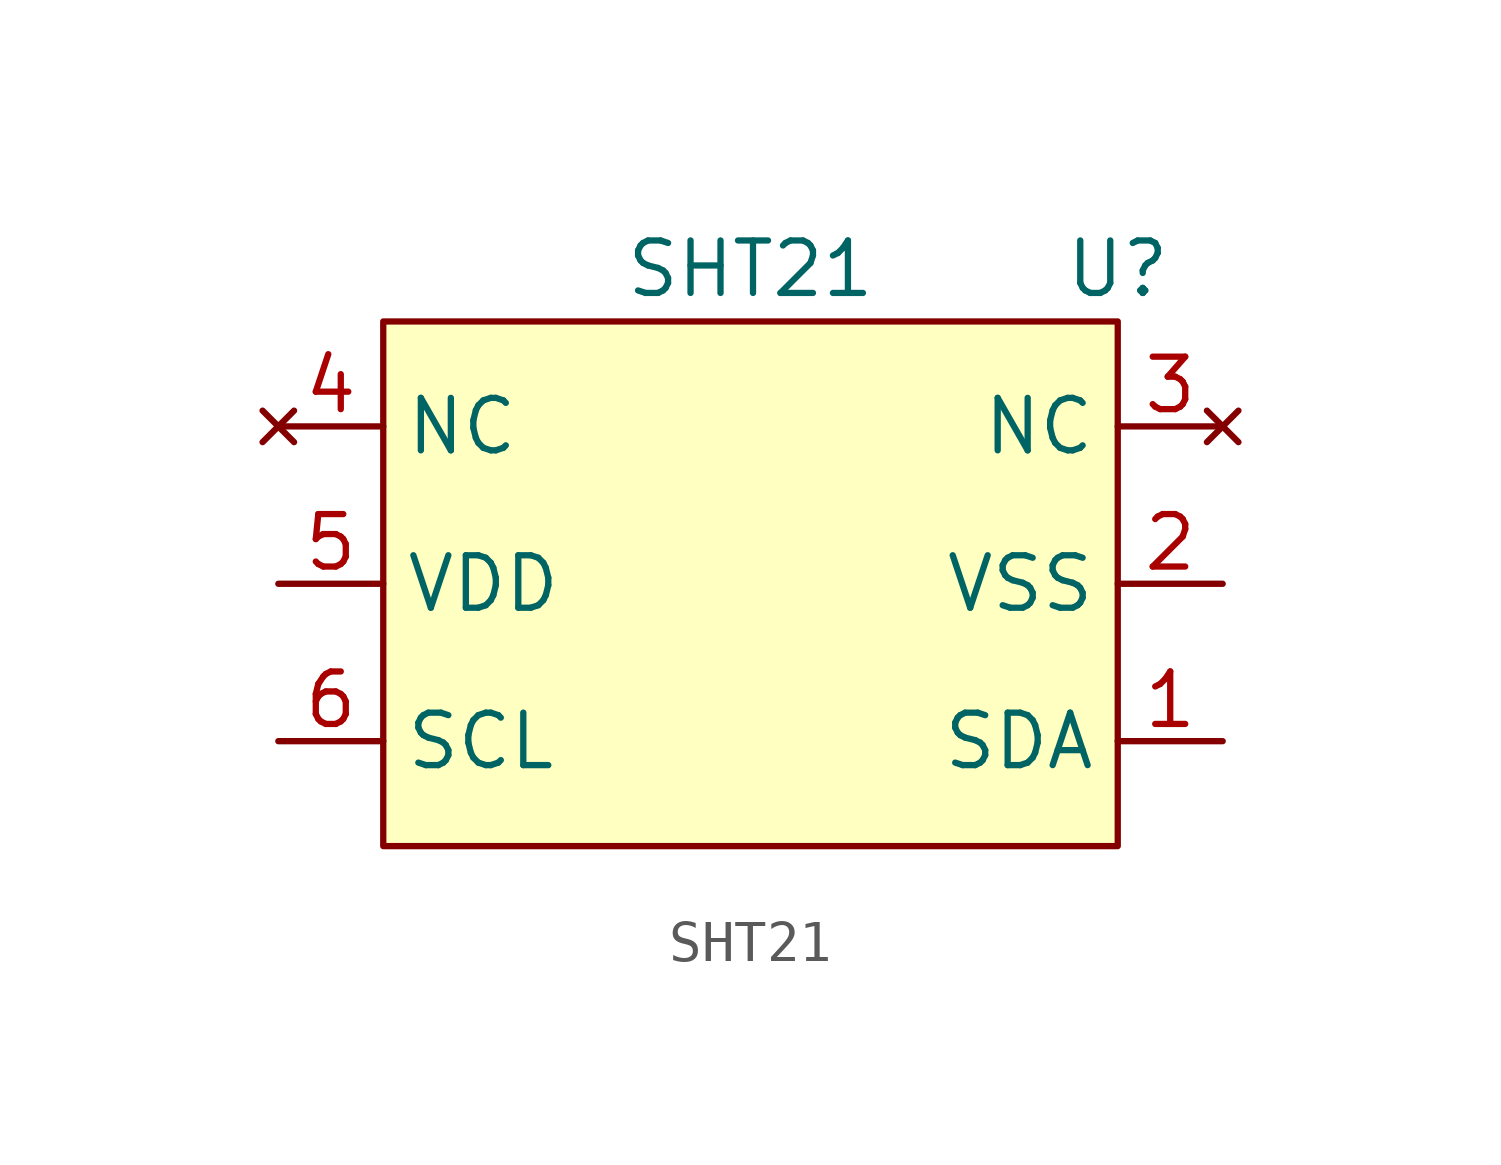
<source format=kicad_sym>
(kicad_symbol_lib
  (version 20211014)
  (generator kicad_symbol_editor)
  (symbol "SHT21"
    (property "Reference" "U"
      (at 7.62 11.43 0)
      (effects (font (size 1.27 1.27))))
    (property "Value" "SHT21"
      (at -1.27 11.43 0)
      (effects (font (size 1.27 1.27))))
    (symbol "SHT21_0_1"
      (rectangle (start -10.16 10.16) (end 7.62 -2.54) (stroke (width 0) (type default) (color 0 0 0 0)) (fill (type background))))
    (symbol "SHT21_1_1"
      (pin bidirectional line (at 10.16 0 180) (length 2.54) (name "SDA" (effects (font (size 1.27 1.27)))) (number "1" (effects (font (size 1.27 1.27)))))
      (pin power_in line (at 10.16 3.81 180) (length 2.54) (name "VSS" (effects (font (size 1.27 1.27)))) (number "2" (effects (font (size 1.27 1.27)))))
      (pin no_connect line (at 10.16 7.62 180) (length 2.54) (name "NC" (effects (font (size 1.27 1.27)))) (number "3" (effects (font (size 1.27 1.27)))))
      (pin no_connect line (at -12.7 7.62 0) (length 2.54) (name "NC" (effects (font (size 1.27 1.27)))) (number "4" (effects (font (size 1.27 1.27)))))
      (pin power_in line (at -12.7 3.81 0) (length 2.54) (name "VDD" (effects (font (size 1.27 1.27)))) (number "5" (effects (font (size 1.27 1.27)))))
      (pin input line (at -12.7 0 0) (length 2.54) (name "SCL" (effects (font (size 1.27 1.27)))) (number "6" (effects (font (size 1.27 1.27))))))))
</source>
